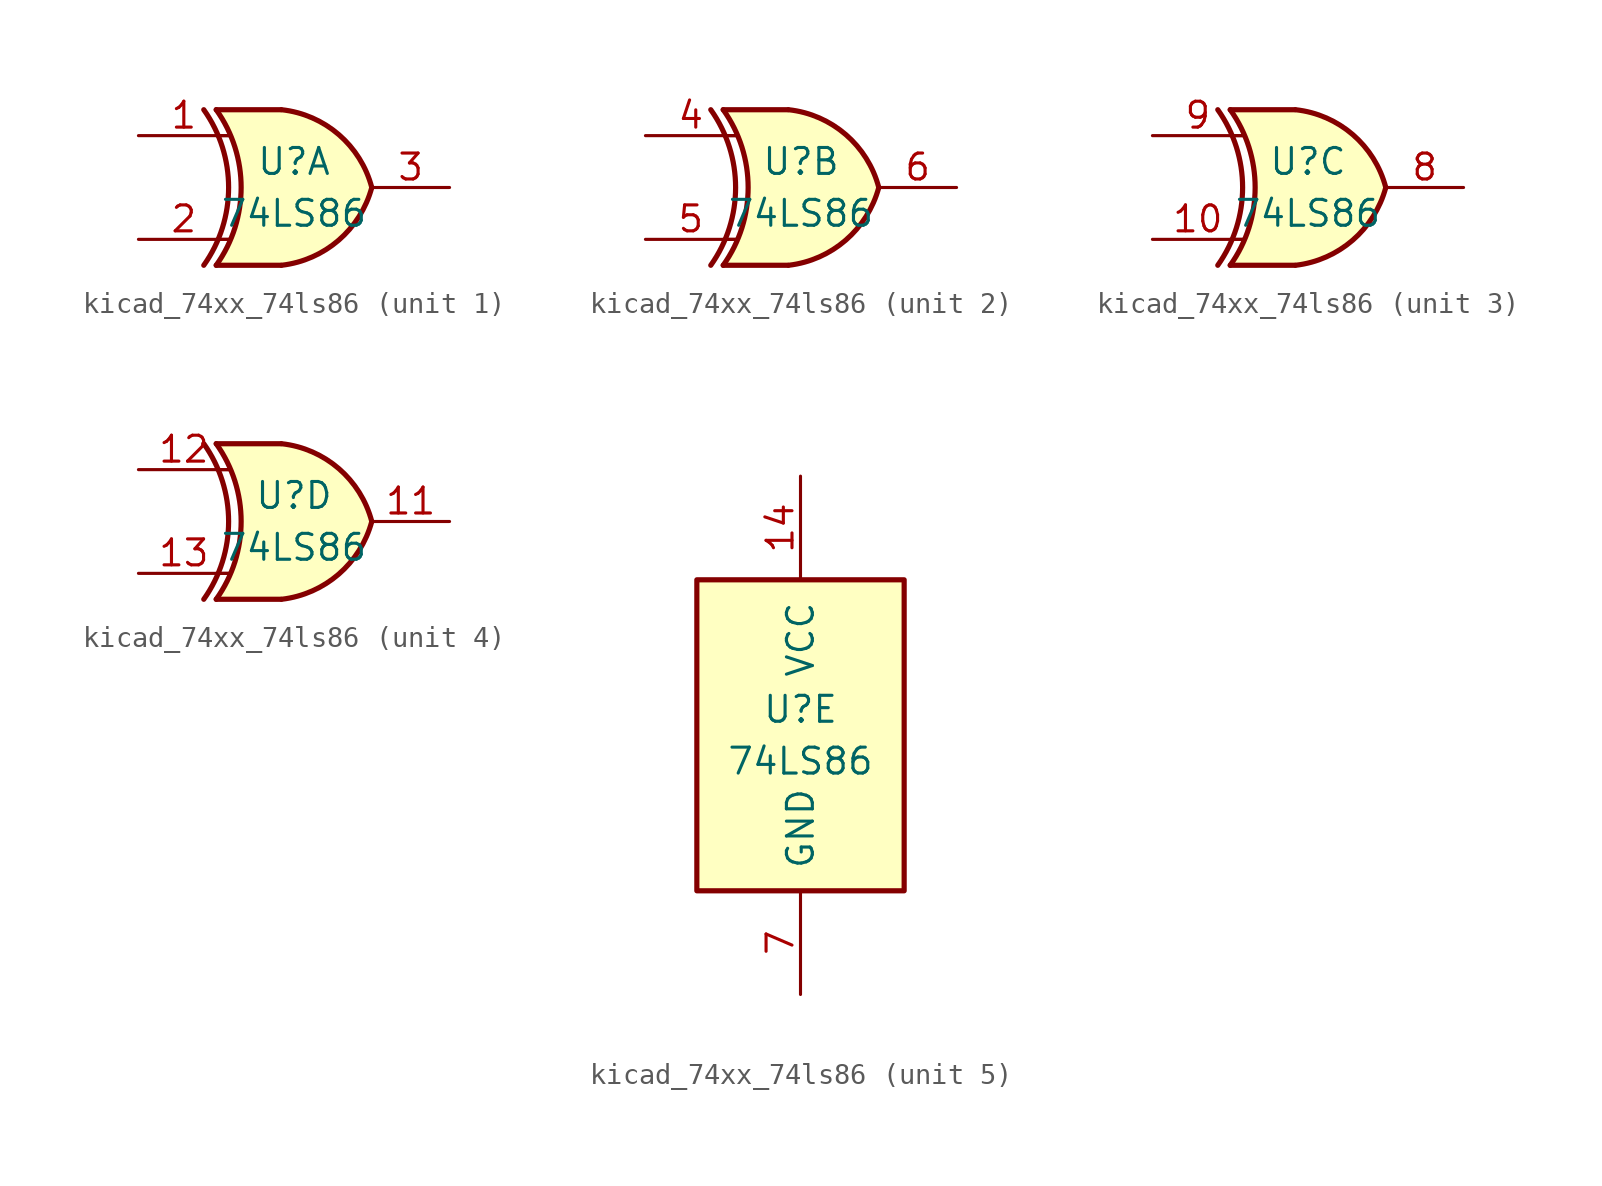
<source format=kicad_sym>
(kicad_symbol_lib
  (version 20220914)
  (generator kicad_symbol_editor)
  (symbol "kicad_74xx_74ls86"
    (pin_names
      (offset 1.016))
    (property "Reference" "U"
      (at 0 1.27 0)
      (effects (font (size 1.27 1.27))))
    (property "Value" "74LS86"
      (at 0 -1.27 0)
      (effects (font (size 1.27 1.27))))
    (property "ki_locked" ""
      (at 0 0 0)
      (effects (font (size 1.27 1.27))))
    (symbol "kicad_74xx_74ls86_1_0"
      (arc (start -4.4196 -3.81) (mid -3.2033 0) (end -4.4196 3.81) (stroke (width 0.254) (type default)) (fill (type none)))
      (arc (start -3.81 -3.81) (mid -2.589 0) (end -3.81 3.81) (stroke (width 0.254) (type default)) (fill (type none)))
      (arc (start -0.6096 -3.81) (mid 2.1842 -2.5851) (end 3.81 0) (stroke (width 0.254) (type default)) (fill (type background)))
      (polyline (pts (xy -3.81 -3.81) (xy -0.635 -3.81)) (stroke (width 0.254) (type default)) (fill (type background)))
      (polyline (pts (xy -3.81 3.81) (xy -0.635 3.81)) (stroke (width 0.254) (type default)) (fill (type background)))
      (polyline (pts (xy -0.635 3.81) (xy -3.81 3.81) (xy -3.81 3.81) (xy -3.556 3.404) (xy -3.023 2.261) (xy -2.692 1.041) (xy -2.616 -0.254) (xy -2.769 -1.499) (xy -3.175 -2.718) (xy -3.81 -3.81) (xy -3.81 -3.81) (xy -0.635 -3.81)) (stroke (width -25.4) (type default)) (fill (type background)))
      (arc (start 3.81 0) (mid 2.1915 2.5936) (end -0.6096 3.81) (stroke (width 0.254) (type default)) (fill (type background)))
      (pin input line (at -7.62 2.54 0) (length 4.445) (name "~" (effects (font (size 1.27 1.27)))) (number "1" (effects (font (size 1.27 1.27)))))
      (pin input line (at -7.62 -2.54 0) (length 4.445) (name "~" (effects (font (size 1.27 1.27)))) (number "2" (effects (font (size 1.27 1.27)))))
      (pin output line (at 7.62 0 180) (length 3.81) (name "~" (effects (font (size 1.27 1.27)))) (number "3" (effects (font (size 1.27 1.27))))))
    (symbol "kicad_74xx_74ls86_1_1"
      (polyline (pts (xy -3.81 -2.54) (xy -3.175 -2.54)) (stroke (width 0.152) (type default)) (fill (type none)))
      (polyline (pts (xy -3.81 2.54) (xy -3.175 2.54)) (stroke (width 0.152) (type default)) (fill (type none))))
    (symbol "kicad_74xx_74ls86_2_0"
      (arc (start -4.4196 -3.81) (mid -3.2033 0) (end -4.4196 3.81) (stroke (width 0.254) (type default)) (fill (type none)))
      (arc (start -3.81 -3.81) (mid -2.589 0) (end -3.81 3.81) (stroke (width 0.254) (type default)) (fill (type none)))
      (arc (start -0.6096 -3.81) (mid 2.1842 -2.5851) (end 3.81 0) (stroke (width 0.254) (type default)) (fill (type background)))
      (polyline (pts (xy -3.81 -3.81) (xy -0.635 -3.81)) (stroke (width 0.254) (type default)) (fill (type background)))
      (polyline (pts (xy -3.81 3.81) (xy -0.635 3.81)) (stroke (width 0.254) (type default)) (fill (type background)))
      (polyline (pts (xy -0.635 3.81) (xy -3.81 3.81) (xy -3.81 3.81) (xy -3.556 3.404) (xy -3.023 2.261) (xy -2.692 1.041) (xy -2.616 -0.254) (xy -2.769 -1.499) (xy -3.175 -2.718) (xy -3.81 -3.81) (xy -3.81 -3.81) (xy -0.635 -3.81)) (stroke (width -25.4) (type default)) (fill (type background)))
      (arc (start 3.81 0) (mid 2.1915 2.5936) (end -0.6096 3.81) (stroke (width 0.254) (type default)) (fill (type background)))
      (pin input line (at -7.62 2.54 0) (length 4.445) (name "~" (effects (font (size 1.27 1.27)))) (number "4" (effects (font (size 1.27 1.27)))))
      (pin input line (at -7.62 -2.54 0) (length 4.445) (name "~" (effects (font (size 1.27 1.27)))) (number "5" (effects (font (size 1.27 1.27)))))
      (pin output line (at 7.62 0 180) (length 3.81) (name "~" (effects (font (size 1.27 1.27)))) (number "6" (effects (font (size 1.27 1.27))))))
    (symbol "kicad_74xx_74ls86_2_1"
      (polyline (pts (xy -3.81 -2.54) (xy -3.175 -2.54)) (stroke (width 0.152) (type default)) (fill (type none)))
      (polyline (pts (xy -3.81 2.54) (xy -3.175 2.54)) (stroke (width 0.152) (type default)) (fill (type none))))
    (symbol "kicad_74xx_74ls86_3_0"
      (arc (start -4.4196 -3.81) (mid -3.2033 0) (end -4.4196 3.81) (stroke (width 0.254) (type default)) (fill (type none)))
      (arc (start -3.81 -3.81) (mid -2.589 0) (end -3.81 3.81) (stroke (width 0.254) (type default)) (fill (type none)))
      (arc (start -0.6096 -3.81) (mid 2.1842 -2.5851) (end 3.81 0) (stroke (width 0.254) (type default)) (fill (type background)))
      (polyline (pts (xy -3.81 -3.81) (xy -0.635 -3.81)) (stroke (width 0.254) (type default)) (fill (type background)))
      (polyline (pts (xy -3.81 3.81) (xy -0.635 3.81)) (stroke (width 0.254) (type default)) (fill (type background)))
      (polyline (pts (xy -0.635 3.81) (xy -3.81 3.81) (xy -3.81 3.81) (xy -3.556 3.404) (xy -3.023 2.261) (xy -2.692 1.041) (xy -2.616 -0.254) (xy -2.769 -1.499) (xy -3.175 -2.718) (xy -3.81 -3.81) (xy -3.81 -3.81) (xy -0.635 -3.81)) (stroke (width -25.4) (type default)) (fill (type background)))
      (arc (start 3.81 0) (mid 2.1915 2.5936) (end -0.6096 3.81) (stroke (width 0.254) (type default)) (fill (type background)))
      (pin input line (at -7.62 -2.54 0) (length 4.445) (name "~" (effects (font (size 1.27 1.27)))) (number "10" (effects (font (size 1.27 1.27)))))
      (pin output line (at 7.62 0 180) (length 3.81) (name "~" (effects (font (size 1.27 1.27)))) (number "8" (effects (font (size 1.27 1.27)))))
      (pin input line (at -7.62 2.54 0) (length 4.445) (name "~" (effects (font (size 1.27 1.27)))) (number "9" (effects (font (size 1.27 1.27))))))
    (symbol "kicad_74xx_74ls86_3_1"
      (polyline (pts (xy -3.81 -2.54) (xy -3.175 -2.54)) (stroke (width 0.152) (type default)) (fill (type none)))
      (polyline (pts (xy -3.81 2.54) (xy -3.175 2.54)) (stroke (width 0.152) (type default)) (fill (type none))))
    (symbol "kicad_74xx_74ls86_4_0"
      (arc (start -4.4196 -3.81) (mid -3.2033 0) (end -4.4196 3.81) (stroke (width 0.254) (type default)) (fill (type none)))
      (arc (start -3.81 -3.81) (mid -2.589 0) (end -3.81 3.81) (stroke (width 0.254) (type default)) (fill (type none)))
      (arc (start -0.6096 -3.81) (mid 2.1842 -2.5851) (end 3.81 0) (stroke (width 0.254) (type default)) (fill (type background)))
      (polyline (pts (xy -3.81 -3.81) (xy -0.635 -3.81)) (stroke (width 0.254) (type default)) (fill (type background)))
      (polyline (pts (xy -3.81 3.81) (xy -0.635 3.81)) (stroke (width 0.254) (type default)) (fill (type background)))
      (polyline (pts (xy -0.635 3.81) (xy -3.81 3.81) (xy -3.81 3.81) (xy -3.556 3.404) (xy -3.023 2.261) (xy -2.692 1.041) (xy -2.616 -0.254) (xy -2.769 -1.499) (xy -3.175 -2.718) (xy -3.81 -3.81) (xy -3.81 -3.81) (xy -0.635 -3.81)) (stroke (width -25.4) (type default)) (fill (type background)))
      (arc (start 3.81 0) (mid 2.1915 2.5936) (end -0.6096 3.81) (stroke (width 0.254) (type default)) (fill (type background)))
      (pin output line (at 7.62 0 180) (length 3.81) (name "~" (effects (font (size 1.27 1.27)))) (number "11" (effects (font (size 1.27 1.27)))))
      (pin input line (at -7.62 2.54 0) (length 4.445) (name "~" (effects (font (size 1.27 1.27)))) (number "12" (effects (font (size 1.27 1.27)))))
      (pin input line (at -7.62 -2.54 0) (length 4.445) (name "~" (effects (font (size 1.27 1.27)))) (number "13" (effects (font (size 1.27 1.27))))))
    (symbol "kicad_74xx_74ls86_4_1"
      (polyline (pts (xy -3.81 -2.54) (xy -3.175 -2.54)) (stroke (width 0.152) (type default)) (fill (type none)))
      (polyline (pts (xy -3.81 2.54) (xy -3.175 2.54)) (stroke (width 0.152) (type default)) (fill (type none))))
    (symbol "kicad_74xx_74ls86_5_0"
      (pin power_in line (at 0 12.7 270) (length 5.08) (name "VCC" (effects (font (size 1.27 1.27)))) (number "14" (effects (font (size 1.27 1.27)))))
      (pin power_in line (at 0 -12.7 90) (length 5.08) (name "GND" (effects (font (size 1.27 1.27)))) (number "7" (effects (font (size 1.27 1.27))))))
    (symbol "kicad_74xx_74ls86_5_1"
      (rectangle (start -5.08 7.62) (end 5.08 -7.62) (stroke (width 0.254) (type default)) (fill (type background))))))
</source>
